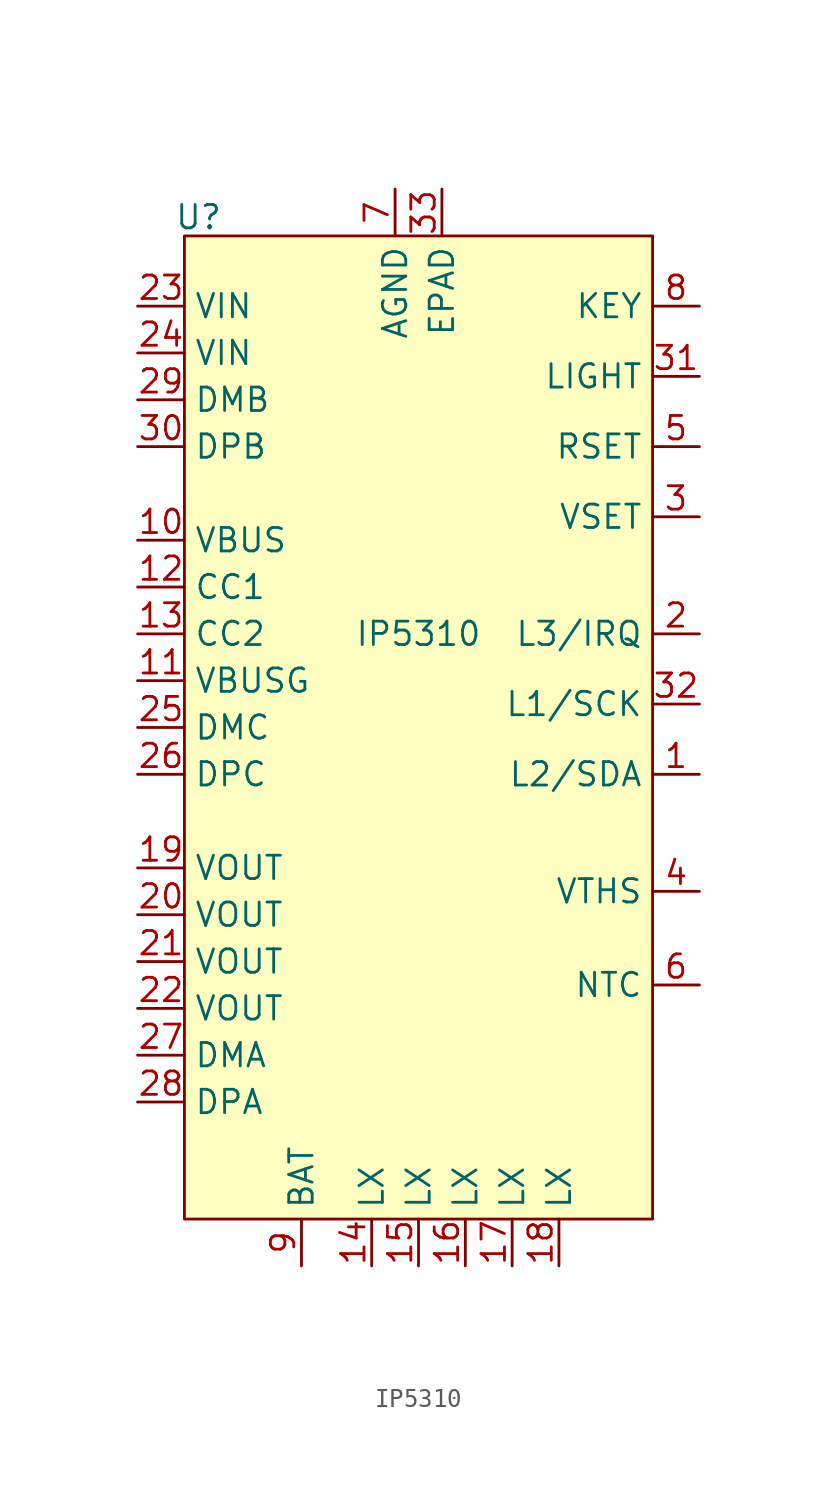
<source format=kicad_sym>
(kicad_symbol_lib
  (version 20231120)
  (generator "kicad_symbol_editor")
  (generator_version "8.0")
  (symbol "IP5310"
    (property "Reference" "U"
      (at -11.938 22.606 0)
      (effects (font (size 1.27 1.27))))
    (property "Value" "IP5310"
      (at 0 0 0)
      (effects (font (size 1.27 1.27))))
    (symbol "IP5310_0_1"
      (rectangle (start -12.7 21.59) (end 12.7 -31.75) (stroke (width 0) (type default)) (fill (type background))))
    (symbol "IP5310_1_1"
      (pin bidirectional line (at 15.24 -7.62 180) (length 2.54) (name "L2/SDA" (effects (font (size 1.27 1.27)))) (number "1" (effects (font (size 1.27 1.27)))))
      (pin power_in line (at -15.24 5.08 0) (length 2.54) (name "VBUS" (effects (font (size 1.27 1.27)))) (number "10" (effects (font (size 1.27 1.27)))))
      (pin output line (at -15.24 -2.54 0) (length 2.54) (name "VBUSG" (effects (font (size 1.27 1.27)))) (number "11" (effects (font (size 1.27 1.27)))))
      (pin bidirectional line (at -15.24 2.54 0) (length 2.54) (name "CC1" (effects (font (size 1.27 1.27)))) (number "12" (effects (font (size 1.27 1.27)))))
      (pin bidirectional line (at -15.24 0 0) (length 2.54) (name "CC2" (effects (font (size 1.27 1.27)))) (number "13" (effects (font (size 1.27 1.27)))))
      (pin passive line (at -2.54 -34.29 90) (length 2.54) (name "LX" (effects (font (size 1.27 1.27)))) (number "14" (effects (font (size 1.27 1.27)))))
      (pin passive line (at 0 -34.29 90) (length 2.54) (name "LX" (effects (font (size 1.27 1.27)))) (number "15" (effects (font (size 1.27 1.27)))))
      (pin passive line (at 2.54 -34.29 90) (length 2.54) (name "LX" (effects (font (size 1.27 1.27)))) (number "16" (effects (font (size 1.27 1.27)))))
      (pin passive line (at 5.08 -34.29 90) (length 2.54) (name "LX" (effects (font (size 1.27 1.27)))) (number "17" (effects (font (size 1.27 1.27)))))
      (pin passive line (at 7.62 -34.29 90) (length 2.54) (name "LX" (effects (font (size 1.27 1.27)))) (number "18" (effects (font (size 1.27 1.27)))))
      (pin power_out line (at -15.24 -12.7 0) (length 2.54) (name "VOUT" (effects (font (size 1.27 1.27)))) (number "19" (effects (font (size 1.27 1.27)))))
      (pin output line (at 15.24 0 180) (length 2.54) (name "L3/IRQ" (effects (font (size 1.27 1.27)))) (number "2" (effects (font (size 1.27 1.27)))))
      (pin power_out line (at -15.24 -15.24 0) (length 2.54) (name "VOUT" (effects (font (size 1.27 1.27)))) (number "20" (effects (font (size 1.27 1.27)))))
      (pin power_out line (at -15.24 -17.78 0) (length 2.54) (name "VOUT" (effects (font (size 1.27 1.27)))) (number "21" (effects (font (size 1.27 1.27)))))
      (pin power_out line (at -15.24 -20.32 0) (length 2.54) (name "VOUT" (effects (font (size 1.27 1.27)))) (number "22" (effects (font (size 1.27 1.27)))))
      (pin power_in line (at -15.24 17.78 0) (length 2.54) (name "VIN" (effects (font (size 1.27 1.27)))) (number "23" (effects (font (size 1.27 1.27)))))
      (pin power_in line (at -15.24 15.24 0) (length 2.54) (name "VIN" (effects (font (size 1.27 1.27)))) (number "24" (effects (font (size 1.27 1.27)))))
      (pin output line (at -15.24 -5.08 0) (length 2.54) (name "DMC" (effects (font (size 1.27 1.27)))) (number "25" (effects (font (size 1.27 1.27)))))
      (pin output line (at -15.24 -7.62 0) (length 2.54) (name "DPC" (effects (font (size 1.27 1.27)))) (number "26" (effects (font (size 1.27 1.27)))))
      (pin output line (at -15.24 -22.86 0) (length 2.54) (name "DMA" (effects (font (size 1.27 1.27)))) (number "27" (effects (font (size 1.27 1.27)))))
      (pin output line (at -15.24 -25.4 0) (length 2.54) (name "DPA" (effects (font (size 1.27 1.27)))) (number "28" (effects (font (size 1.27 1.27)))))
      (pin free line (at -15.24 12.7 0) (length 2.54) (name "DMB" (effects (font (size 1.27 1.27)))) (number "29" (effects (font (size 1.27 1.27)))))
      (pin input line (at 15.24 6.35 180) (length 2.54) (name "VSET" (effects (font (size 1.27 1.27)))) (number "3" (effects (font (size 1.27 1.27)))))
      (pin free line (at -15.24 10.16 0) (length 2.54) (name "DPB" (effects (font (size 1.27 1.27)))) (number "30" (effects (font (size 1.27 1.27)))))
      (pin output line (at 15.24 13.97 180) (length 2.54) (name "LIGHT" (effects (font (size 1.27 1.27)))) (number "31" (effects (font (size 1.27 1.27)))))
      (pin output line (at 15.24 -3.81 180) (length 2.54) (name "L1/SCK" (effects (font (size 1.27 1.27)))) (number "32" (effects (font (size 1.27 1.27)))))
      (pin power_in line (at 1.27 24.13 270) (length 2.54) (name "EPAD" (effects (font (size 1.27 1.27)))) (number "33" (effects (font (size 1.27 1.27)))))
      (pin input line (at 15.24 -13.97 180) (length 2.54) (name "VTHS" (effects (font (size 1.27 1.27)))) (number "4" (effects (font (size 1.27 1.27)))))
      (pin input line (at 15.24 10.16 180) (length 2.54) (name "RSET" (effects (font (size 1.27 1.27)))) (number "5" (effects (font (size 1.27 1.27)))))
      (pin input line (at 15.24 -19.05 180) (length 2.54) (name "NTC" (effects (font (size 1.27 1.27)))) (number "6" (effects (font (size 1.27 1.27)))))
      (pin power_in line (at -1.27 24.13 270) (length 2.54) (name "AGND" (effects (font (size 1.27 1.27)))) (number "7" (effects (font (size 1.27 1.27)))))
      (pin input line (at 15.24 17.78 180) (length 2.54) (name "KEY" (effects (font (size 1.27 1.27)))) (number "8" (effects (font (size 1.27 1.27)))))
      (pin power_in line (at -6.35 -34.29 90) (length 2.54) (name "BAT" (effects (font (size 1.27 1.27)))) (number "9" (effects (font (size 1.27 1.27))))))))
</source>
